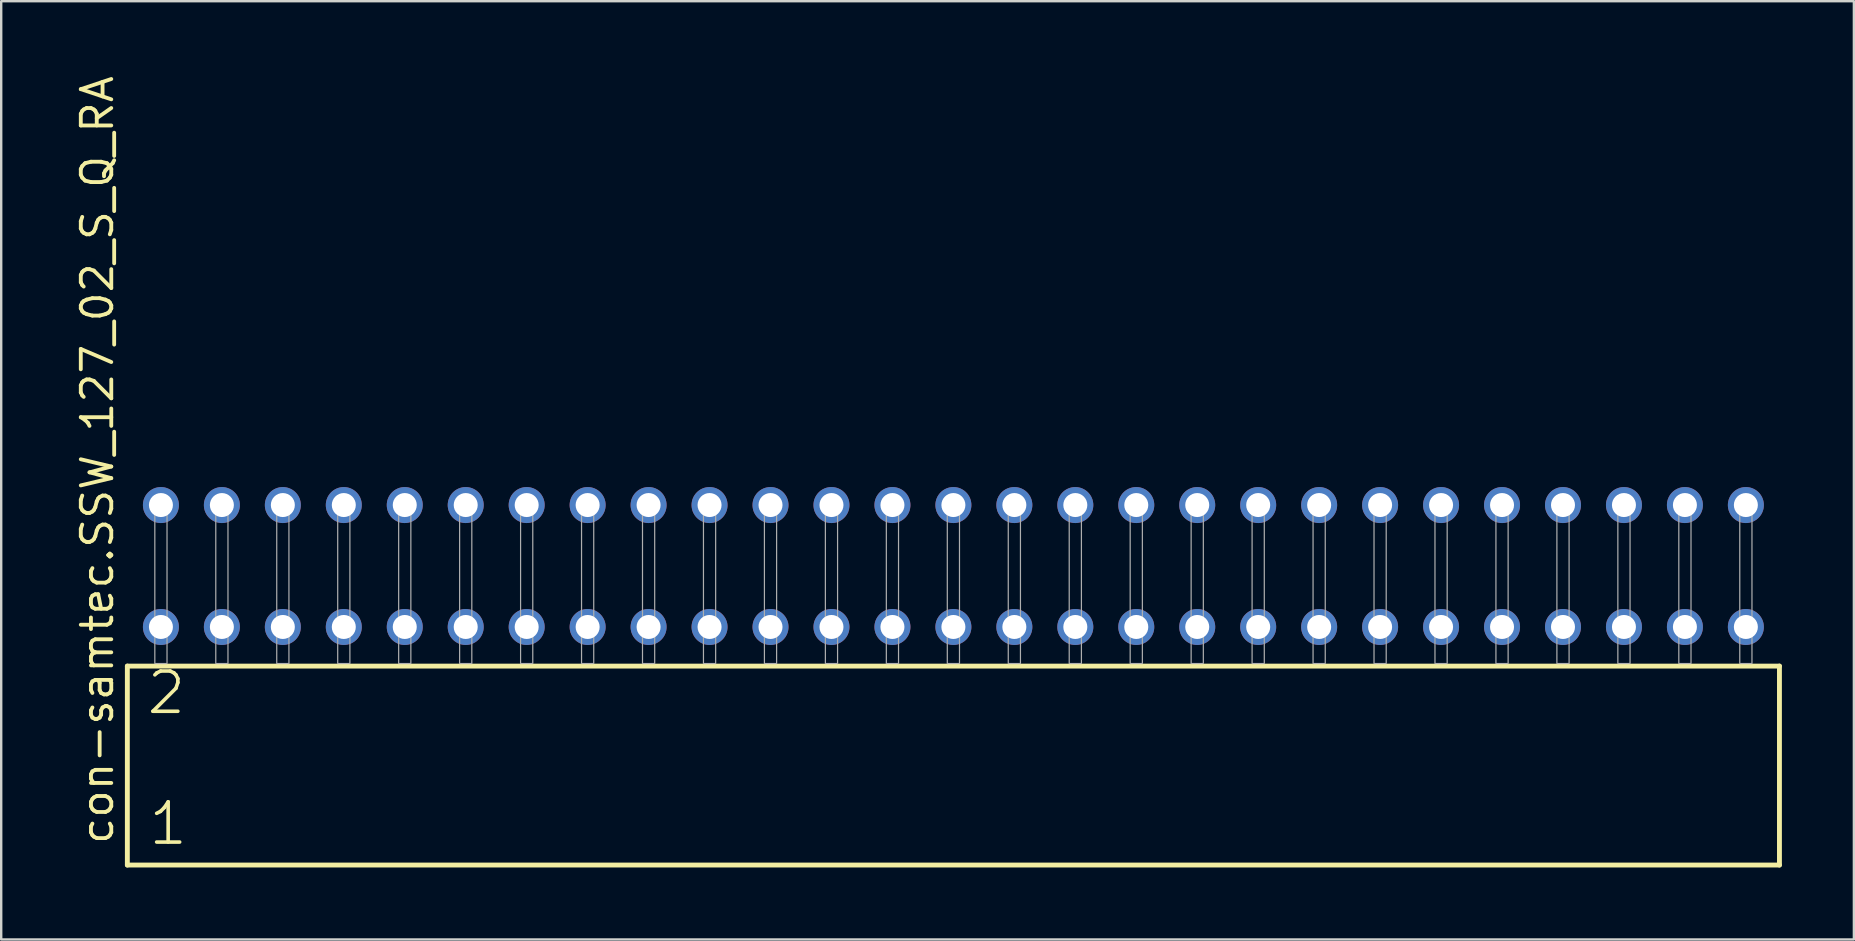
<source format=kicad_pcb>
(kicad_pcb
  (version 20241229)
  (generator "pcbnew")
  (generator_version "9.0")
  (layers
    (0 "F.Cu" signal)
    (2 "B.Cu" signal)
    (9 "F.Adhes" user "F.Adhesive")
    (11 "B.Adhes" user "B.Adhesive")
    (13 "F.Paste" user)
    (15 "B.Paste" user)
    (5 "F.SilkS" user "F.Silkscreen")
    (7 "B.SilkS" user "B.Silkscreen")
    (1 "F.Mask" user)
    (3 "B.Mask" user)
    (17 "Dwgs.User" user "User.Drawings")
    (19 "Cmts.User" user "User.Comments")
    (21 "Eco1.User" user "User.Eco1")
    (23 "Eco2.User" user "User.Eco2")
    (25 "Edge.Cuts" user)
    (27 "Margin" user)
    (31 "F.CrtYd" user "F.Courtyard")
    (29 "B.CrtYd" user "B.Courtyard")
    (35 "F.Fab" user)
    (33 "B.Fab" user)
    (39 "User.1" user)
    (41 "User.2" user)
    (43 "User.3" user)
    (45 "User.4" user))
  (footprint "con-samtec.SSW_127_02_S_Q_RA"
    (layer "F.Cu")
    (at 36.675 24.598)
    (property "Reference" "con-samtec.SSW_127_02_S_Q_RA" (at -34.925 7.62 90) (layer "F.SilkS") (effects (font (size 1.27 1.27) (thickness 0.16)) (justify left bottom)))
    (attr through_hole)
    (fp_line (start -34.419 0.106) (end -34.419 8.396) (stroke (width 0.203) (type default)) (layer "F.SilkS"))
    (fp_line (start -34.419 8.396) (end 34.419 8.396) (stroke (width 0.203) (type default)) (layer "F.SilkS"))
    (fp_line (start 34.419 0.106) (end -34.419 0.106) (stroke (width 0.203) (type default)) (layer "F.SilkS"))
    (fp_line (start 34.419 8.396) (end 34.419 0.106) (stroke (width 0.203) (type default)) (layer "F.SilkS"))
    (fp_rect (start -33.274 0) (end -32.766 -6.858) (stroke (width 0.05) (type default)) (fill no) (layer "F.Fab"))
    (fp_rect (start -30.734 0) (end -30.226 -6.858) (stroke (width 0.05) (type default)) (fill no) (layer "F.Fab"))
    (fp_rect (start -28.194 0) (end -27.686 -6.858) (stroke (width 0.05) (type default)) (fill no) (layer "F.Fab"))
    (fp_rect (start -25.654 0) (end -25.146 -6.858) (stroke (width 0.05) (type default)) (fill no) (layer "F.Fab"))
    (fp_rect (start -23.114 0) (end -22.606 -6.858) (stroke (width 0.05) (type default)) (fill no) (layer "F.Fab"))
    (fp_rect (start -20.574 0) (end -20.066 -6.858) (stroke (width 0.05) (type default)) (fill no) (layer "F.Fab"))
    (fp_rect (start -18.034 0) (end -17.526 -6.858) (stroke (width 0.05) (type default)) (fill no) (layer "F.Fab"))
    (fp_rect (start -15.494 0) (end -14.986 -6.858) (stroke (width 0.05) (type default)) (fill no) (layer "F.Fab"))
    (fp_rect (start -12.954 0) (end -12.446 -6.858) (stroke (width 0.05) (type default)) (fill no) (layer "F.Fab"))
    (fp_rect (start -10.414 0) (end -9.906 -6.858) (stroke (width 0.05) (type default)) (fill no) (layer "F.Fab"))
    (fp_rect (start -7.874 0) (end -7.366 -6.858) (stroke (width 0.05) (type default)) (fill no) (layer "F.Fab"))
    (fp_rect (start -5.334 0) (end -4.826 -6.858) (stroke (width 0.05) (type default)) (fill no) (layer "F.Fab"))
    (fp_rect (start -2.794 0) (end -2.286 -6.858) (stroke (width 0.05) (type default)) (fill no) (layer "F.Fab"))
    (fp_rect (start -0.254 0) (end 0.254 -6.858) (stroke (width 0.05) (type default)) (fill no) (layer "F.Fab"))
    (fp_rect (start 2.286 0) (end 2.794 -6.858) (stroke (width 0.05) (type default)) (fill no) (layer "F.Fab"))
    (fp_rect (start 4.826 0) (end 5.334 -6.858) (stroke (width 0.05) (type default)) (fill no) (layer "F.Fab"))
    (fp_rect (start 7.366 0) (end 7.874 -6.858) (stroke (width 0.05) (type default)) (fill no) (layer "F.Fab"))
    (fp_rect (start 9.906 0) (end 10.414 -6.858) (stroke (width 0.05) (type default)) (fill no) (layer "F.Fab"))
    (fp_rect (start 12.446 0) (end 12.954 -6.858) (stroke (width 0.05) (type default)) (fill no) (layer "F.Fab"))
    (fp_rect (start 14.986 0) (end 15.494 -6.858) (stroke (width 0.05) (type default)) (fill no) (layer "F.Fab"))
    (fp_rect (start 17.526 0) (end 18.034 -6.858) (stroke (width 0.05) (type default)) (fill no) (layer "F.Fab"))
    (fp_rect (start 20.066 0) (end 20.574 -6.858) (stroke (width 0.05) (type default)) (fill no) (layer "F.Fab"))
    (fp_rect (start 22.606 0) (end 23.114 -6.858) (stroke (width 0.05) (type default)) (fill no) (layer "F.Fab"))
    (fp_rect (start 25.146 0) (end 25.654 -6.858) (stroke (width 0.05) (type default)) (fill no) (layer "F.Fab"))
    (fp_rect (start 27.686 0) (end 28.194 -6.858) (stroke (width 0.05) (type default)) (fill no) (layer "F.Fab"))
    (fp_rect (start 30.226 0) (end 30.734 -6.858) (stroke (width 0.05) (type default)) (fill no) (layer "F.Fab"))
    (fp_rect (start 32.766 0) (end 33.274 -6.858) (stroke (width 0.05) (type default)) (fill no) (layer "F.Fab"))
    (fp_text user "1" (at -33.615 7.65 0) (layer "F.SilkS") (effects (font (size 1.676 1.676) (thickness 0.15)) (justify left bottom)))
    (fp_text user "2" (at -33.69 2.2 0) (layer "F.SilkS") (effects (font (size 1.676 1.676) (thickness 0.15)) (justify left bottom)))
    (pad "1" thru_hole circle (at -33.02 -1.524) (size 1.5 1.5) (drill 1) (layers "*.Cu" "*.Mask"))
    (pad "2" thru_hole circle (at -33.02 -6.604) (size 1.5 1.5) (drill 1) (layers "*.Cu" "*.Mask"))
    (pad "3" thru_hole circle (at -30.48 -1.524) (size 1.5 1.5) (drill 1) (layers "*.Cu" "*.Mask"))
    (pad "4" thru_hole circle (at -30.48 -6.604) (size 1.5 1.5) (drill 1) (layers "*.Cu" "*.Mask"))
    (pad "5" thru_hole circle (at -27.94 -1.524) (size 1.5 1.5) (drill 1) (layers "*.Cu" "*.Mask"))
    (pad "6" thru_hole circle (at -27.94 -6.604) (size 1.5 1.5) (drill 1) (layers "*.Cu" "*.Mask"))
    (pad "7" thru_hole circle (at -25.4 -1.524) (size 1.5 1.5) (drill 1) (layers "*.Cu" "*.Mask"))
    (pad "8" thru_hole circle (at -25.4 -6.604) (size 1.5 1.5) (drill 1) (layers "*.Cu" "*.Mask"))
    (pad "9" thru_hole circle (at -22.86 -1.524) (size 1.5 1.5) (drill 1) (layers "*.Cu" "*.Mask"))
    (pad "10" thru_hole circle (at -22.86 -6.604) (size 1.5 1.5) (drill 1) (layers "*.Cu" "*.Mask"))
    (pad "11" thru_hole circle (at -20.32 -1.524) (size 1.5 1.5) (drill 1) (layers "*.Cu" "*.Mask"))
    (pad "12" thru_hole circle (at -20.32 -6.604) (size 1.5 1.5) (drill 1) (layers "*.Cu" "*.Mask"))
    (pad "13" thru_hole circle (at -17.78 -1.524) (size 1.5 1.5) (drill 1) (layers "*.Cu" "*.Mask"))
    (pad "14" thru_hole circle (at -17.78 -6.604) (size 1.5 1.5) (drill 1) (layers "*.Cu" "*.Mask"))
    (pad "15" thru_hole circle (at -15.24 -1.524) (size 1.5 1.5) (drill 1) (layers "*.Cu" "*.Mask"))
    (pad "16" thru_hole circle (at -15.24 -6.604) (size 1.5 1.5) (drill 1) (layers "*.Cu" "*.Mask"))
    (pad "17" thru_hole circle (at -12.7 -1.524) (size 1.5 1.5) (drill 1) (layers "*.Cu" "*.Mask"))
    (pad "18" thru_hole circle (at -12.7 -6.604) (size 1.5 1.5) (drill 1) (layers "*.Cu" "*.Mask"))
    (pad "19" thru_hole circle (at -10.16 -1.524) (size 1.5 1.5) (drill 1) (layers "*.Cu" "*.Mask"))
    (pad "20" thru_hole circle (at -10.16 -6.604) (size 1.5 1.5) (drill 1) (layers "*.Cu" "*.Mask"))
    (pad "21" thru_hole circle (at -7.62 -1.524) (size 1.5 1.5) (drill 1) (layers "*.Cu" "*.Mask"))
    (pad "22" thru_hole circle (at -7.62 -6.604) (size 1.5 1.5) (drill 1) (layers "*.Cu" "*.Mask"))
    (pad "23" thru_hole circle (at -5.08 -1.524) (size 1.5 1.5) (drill 1) (layers "*.Cu" "*.Mask"))
    (pad "24" thru_hole circle (at -5.08 -6.604) (size 1.5 1.5) (drill 1) (layers "*.Cu" "*.Mask"))
    (pad "25" thru_hole circle (at -2.54 -1.524) (size 1.5 1.5) (drill 1) (layers "*.Cu" "*.Mask"))
    (pad "26" thru_hole circle (at -2.54 -6.604) (size 1.5 1.5) (drill 1) (layers "*.Cu" "*.Mask"))
    (pad "27" thru_hole circle (at 0 -1.524) (size 1.5 1.5) (drill 1) (layers "*.Cu" "*.Mask"))
    (pad "28" thru_hole circle (at 0 -6.604) (size 1.5 1.5) (drill 1) (layers "*.Cu" "*.Mask"))
    (pad "29" thru_hole circle (at 2.54 -1.524) (size 1.5 1.5) (drill 1) (layers "*.Cu" "*.Mask"))
    (pad "30" thru_hole circle (at 2.54 -6.604) (size 1.5 1.5) (drill 1) (layers "*.Cu" "*.Mask"))
    (pad "31" thru_hole circle (at 5.08 -1.524) (size 1.5 1.5) (drill 1) (layers "*.Cu" "*.Mask"))
    (pad "32" thru_hole circle (at 5.08 -6.604) (size 1.5 1.5) (drill 1) (layers "*.Cu" "*.Mask"))
    (pad "33" thru_hole circle (at 7.62 -1.524) (size 1.5 1.5) (drill 1) (layers "*.Cu" "*.Mask"))
    (pad "34" thru_hole circle (at 7.62 -6.604) (size 1.5 1.5) (drill 1) (layers "*.Cu" "*.Mask"))
    (pad "35" thru_hole circle (at 10.16 -1.524) (size 1.5 1.5) (drill 1) (layers "*.Cu" "*.Mask"))
    (pad "36" thru_hole circle (at 10.16 -6.604) (size 1.5 1.5) (drill 1) (layers "*.Cu" "*.Mask"))
    (pad "37" thru_hole circle (at 12.7 -1.524) (size 1.5 1.5) (drill 1) (layers "*.Cu" "*.Mask"))
    (pad "38" thru_hole circle (at 12.7 -6.604) (size 1.5 1.5) (drill 1) (layers "*.Cu" "*.Mask"))
    (pad "39" thru_hole circle (at 15.24 -1.524) (size 1.5 1.5) (drill 1) (layers "*.Cu" "*.Mask"))
    (pad "40" thru_hole circle (at 15.24 -6.604) (size 1.5 1.5) (drill 1) (layers "*.Cu" "*.Mask"))
    (pad "41" thru_hole circle (at 17.78 -1.524) (size 1.5 1.5) (drill 1) (layers "*.Cu" "*.Mask"))
    (pad "42" thru_hole circle (at 17.78 -6.604) (size 1.5 1.5) (drill 1) (layers "*.Cu" "*.Mask"))
    (pad "43" thru_hole circle (at 20.32 -1.524) (size 1.5 1.5) (drill 1) (layers "*.Cu" "*.Mask"))
    (pad "44" thru_hole circle (at 20.32 -6.604) (size 1.5 1.5) (drill 1) (layers "*.Cu" "*.Mask"))
    (pad "45" thru_hole circle (at 22.86 -1.524) (size 1.5 1.5) (drill 1) (layers "*.Cu" "*.Mask"))
    (pad "46" thru_hole circle (at 22.86 -6.604) (size 1.5 1.5) (drill 1) (layers "*.Cu" "*.Mask"))
    (pad "47" thru_hole circle (at 25.4 -1.524) (size 1.5 1.5) (drill 1) (layers "*.Cu" "*.Mask"))
    (pad "48" thru_hole circle (at 25.4 -6.604) (size 1.5 1.5) (drill 1) (layers "*.Cu" "*.Mask"))
    (pad "49" thru_hole circle (at 27.94 -1.524) (size 1.5 1.5) (drill 1) (layers "*.Cu" "*.Mask"))
    (pad "50" thru_hole circle (at 27.94 -6.604) (size 1.5 1.5) (drill 1) (layers "*.Cu" "*.Mask"))
    (pad "51" thru_hole circle (at 30.48 -1.524) (size 1.5 1.5) (drill 1) (layers "*.Cu" "*.Mask"))
    (pad "52" thru_hole circle (at 30.48 -6.604) (size 1.5 1.5) (drill 1) (layers "*.Cu" "*.Mask"))
    (pad "53" thru_hole circle (at 33.02 -1.524) (size 1.5 1.5) (drill 1) (layers "*.Cu" "*.Mask"))
    (pad "54" thru_hole circle (at 33.02 -6.604) (size 1.5 1.5) (drill 1) (layers "*.Cu" "*.Mask")))
  (gr_rect
    (start -3 -3)
    (end 74.196 36.096)
    (stroke (width 0.1) (type default))
    (fill no)
    (layer "Edge.Cuts")))
</source>
